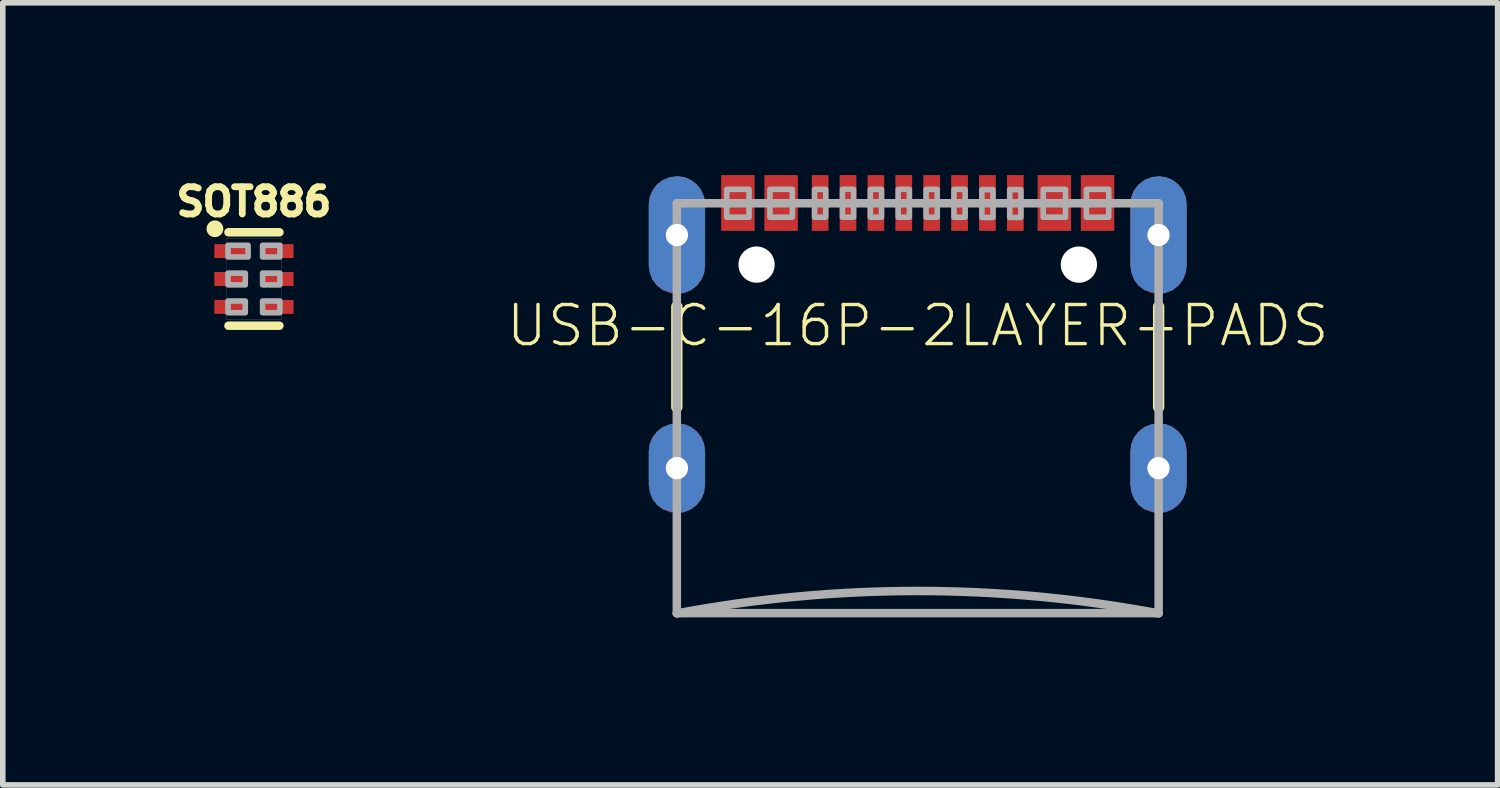
<source format=kicad_pcb>
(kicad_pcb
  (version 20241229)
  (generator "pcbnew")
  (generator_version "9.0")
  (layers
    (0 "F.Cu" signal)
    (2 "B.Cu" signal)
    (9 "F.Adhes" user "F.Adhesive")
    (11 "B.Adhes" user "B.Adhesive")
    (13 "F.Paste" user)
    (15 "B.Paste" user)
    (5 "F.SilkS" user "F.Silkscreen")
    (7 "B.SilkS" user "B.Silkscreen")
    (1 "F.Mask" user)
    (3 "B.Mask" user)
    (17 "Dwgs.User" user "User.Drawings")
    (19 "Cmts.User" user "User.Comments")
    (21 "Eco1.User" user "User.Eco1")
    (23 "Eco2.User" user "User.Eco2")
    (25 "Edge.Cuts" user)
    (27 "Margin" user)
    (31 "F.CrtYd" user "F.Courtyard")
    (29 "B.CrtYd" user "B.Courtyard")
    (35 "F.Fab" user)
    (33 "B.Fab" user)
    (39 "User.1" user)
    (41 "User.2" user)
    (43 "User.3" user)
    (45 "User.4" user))
  (footprint "USB-C-16P-2LAYER-PADS"
    (layer "F.Cu")
    (at 13.407 0.25)
    (property "Reference" "USB-C-16P-2LAYER-PADS" (at 0 2.54 0) (layer "F.SilkS") (effects (font (size 0.701 0.701) (thickness 0.061))))
    (fp_poly (pts (xy -4.187 -0.123) (xy -4.065 -0.072) (xy -3.961 0.008) (xy -3.881 0.112) (xy -3.83 0.234) (xy -3.813 0.365) (xy -3.813 1.465) (xy -3.83 1.596) (xy -3.881 1.718) (xy -3.961 1.822) (xy -4.065 1.902) (xy -4.187 1.953) (xy -4.318 1.97) (xy -4.449 1.953) (xy -4.571 1.902) (xy -4.675 1.822) (xy -4.756 1.717) (xy -4.823 1.466) (xy -4.823 0.365) (xy -4.806 0.234) (xy -4.755 0.112) (xy -4.675 0.008) (xy -4.57 -0.073) (xy -4.318 -0.14)) (stroke (width 0) (type solid)) (fill yes) (layer "F.Cu"))
    (fp_poly (pts (xy -4.187 4.307) (xy -4.065 4.358) (xy -3.961 4.438) (xy -3.881 4.542) (xy -3.83 4.664) (xy -3.813 4.795) (xy -3.813 5.395) (xy -3.83 5.526) (xy -3.881 5.648) (xy -3.961 5.752) (xy -4.065 5.832) (xy -4.187 5.883) (xy -4.318 5.9) (xy -4.449 5.883) (xy -4.571 5.832) (xy -4.675 5.752) (xy -4.756 5.647) (xy -4.823 5.396) (xy -4.823 4.795) (xy -4.806 4.664) (xy -4.755 4.542) (xy -4.675 4.438) (xy -4.57 4.357) (xy -4.318 4.29)) (stroke (width 0) (type solid)) (fill yes) (layer "F.Cu"))
    (fp_poly (pts (xy 4.449 -0.123) (xy 4.571 -0.072) (xy 4.675 0.008) (xy 4.755 0.112) (xy 4.806 0.234) (xy 4.823 0.365) (xy 4.823 1.465) (xy 4.806 1.596) (xy 4.755 1.718) (xy 4.675 1.822) (xy 4.571 1.902) (xy 4.449 1.953) (xy 4.318 1.97) (xy 4.187 1.953) (xy 4.065 1.902) (xy 3.961 1.822) (xy 3.88 1.717) (xy 3.813 1.466) (xy 3.813 0.365) (xy 3.83 0.234) (xy 3.881 0.112) (xy 3.961 0.008) (xy 4.066 -0.073) (xy 4.318 -0.14)) (stroke (width 0) (type solid)) (fill yes) (layer "F.Cu"))
    (fp_poly (pts (xy 4.449 4.307) (xy 4.571 4.358) (xy 4.675 4.438) (xy 4.755 4.542) (xy 4.806 4.664) (xy 4.823 4.795) (xy 4.823 5.395) (xy 4.806 5.526) (xy 4.755 5.648) (xy 4.675 5.752) (xy 4.571 5.832) (xy 4.449 5.883) (xy 4.318 5.9) (xy 4.187 5.883) (xy 4.065 5.832) (xy 3.961 5.752) (xy 3.88 5.647) (xy 3.813 5.396) (xy 3.813 4.795) (xy 3.83 4.664) (xy 3.881 4.542) (xy 3.961 4.438) (xy 4.066 4.357) (xy 4.318 4.29)) (stroke (width 0) (type solid)) (fill yes) (layer "F.Cu"))
    (fp_poly (pts (xy -4.169 -0.226) (xy -4.026 -0.173) (xy -3.902 -0.085) (xy -3.804 0.032) (xy -3.741 0.17) (xy -3.715 0.32) (xy -3.715 1.52) (xy -3.742 1.669) (xy -3.806 1.805) (xy -3.904 1.92) (xy -4.028 2.007) (xy -4.17 2.058) (xy -4.32 2.07) (xy -4.47 2.058) (xy -4.612 2.007) (xy -4.736 1.92) (xy -4.834 1.805) (xy -4.925 1.521) (xy -4.925 0.32) (xy -4.899 0.17) (xy -4.836 0.032) (xy -4.738 -0.085) (xy -4.614 -0.174) (xy -4.32 -0.24)) (stroke (width 0) (type solid)) (fill yes) (layer "F.Mask"))
    (fp_poly (pts (xy -4.163 4.211) (xy -4.017 4.273) (xy -3.891 4.37) (xy -3.795 4.496) (xy -3.735 4.643) (xy -3.715 4.8) (xy -3.715 5.4) (xy -3.736 5.556) (xy -3.797 5.701) (xy -3.893 5.825) (xy -4.018 5.921) (xy -4.164 5.98) (xy -4.32 6) (xy -4.476 5.98) (xy -4.622 5.921) (xy -4.747 5.825) (xy -4.843 5.701) (xy -4.925 5.401) (xy -4.925 4.8) (xy -4.905 4.643) (xy -4.845 4.496) (xy -4.749 4.37) (xy -4.623 4.272) (xy -4.32 4.19)) (stroke (width 0) (type solid)) (fill yes) (layer "F.Mask"))
    (fp_poly (pts (xy 4.471 -0.226) (xy 4.614 -0.173) (xy 4.738 -0.085) (xy 4.836 0.032) (xy 4.899 0.17) (xy 4.925 0.32) (xy 4.925 1.52) (xy 4.898 1.669) (xy 4.834 1.805) (xy 4.736 1.92) (xy 4.612 2.007) (xy 4.47 2.058) (xy 4.32 2.07) (xy 4.17 2.058) (xy 4.028 2.007) (xy 3.904 1.92) (xy 3.806 1.805) (xy 3.715 1.521) (xy 3.715 0.32) (xy 3.741 0.17) (xy 3.804 0.032) (xy 3.902 -0.085) (xy 4.026 -0.174) (xy 4.32 -0.24)) (stroke (width 0) (type solid)) (fill yes) (layer "F.Mask"))
    (fp_poly (pts (xy 4.477 4.211) (xy 4.623 4.273) (xy 4.749 4.37) (xy 4.845 4.496) (xy 4.905 4.643) (xy 4.925 4.8) (xy 4.925 5.4) (xy 4.904 5.556) (xy 4.843 5.701) (xy 4.747 5.825) (xy 4.622 5.921) (xy 4.476 5.98) (xy 4.32 6) (xy 4.164 5.98) (xy 4.018 5.921) (xy 3.893 5.825) (xy 3.797 5.701) (xy 3.715 5.401) (xy 3.715 4.8) (xy 3.735 4.643) (xy 3.795 4.496) (xy 3.891 4.37) (xy 4.017 4.272) (xy 4.32 4.19)) (stroke (width 0) (type solid)) (fill yes) (layer "F.Mask"))
    (fp_poly (pts (xy -4.187 -0.123) (xy -4.065 -0.072) (xy -3.961 0.008) (xy -3.881 0.112) (xy -3.83 0.234) (xy -3.813 0.365) (xy -3.813 1.465) (xy -3.83 1.596) (xy -3.881 1.718) (xy -3.961 1.822) (xy -4.065 1.902) (xy -4.187 1.953) (xy -4.318 1.97) (xy -4.57 1.903) (xy -4.675 1.822) (xy -4.755 1.718) (xy -4.806 1.596) (xy -4.823 1.465) (xy -4.823 0.365) (xy -4.806 0.234) (xy -4.755 0.112) (xy -4.675 0.008) (xy -4.571 -0.072) (xy -4.449 -0.123) (xy -4.318 -0.14)) (stroke (width 0) (type solid)) (fill yes) (layer "B.Cu"))
    (fp_poly (pts (xy -4.187 4.307) (xy -4.065 4.358) (xy -3.961 4.438) (xy -3.881 4.542) (xy -3.83 4.664) (xy -3.813 4.795) (xy -3.813 5.395) (xy -3.83 5.526) (xy -3.881 5.648) (xy -3.961 5.752) (xy -4.065 5.832) (xy -4.187 5.883) (xy -4.318 5.9) (xy -4.57 5.833) (xy -4.675 5.752) (xy -4.755 5.648) (xy -4.806 5.526) (xy -4.823 5.395) (xy -4.823 4.795) (xy -4.806 4.664) (xy -4.755 4.542) (xy -4.675 4.438) (xy -4.571 4.358) (xy -4.449 4.307) (xy -4.318 4.29)) (stroke (width 0) (type solid)) (fill yes) (layer "B.Cu"))
    (fp_poly (pts (xy 4.449 -0.123) (xy 4.571 -0.072) (xy 4.675 0.008) (xy 4.755 0.112) (xy 4.806 0.234) (xy 4.823 0.365) (xy 4.823 1.465) (xy 4.806 1.596) (xy 4.755 1.718) (xy 4.675 1.822) (xy 4.571 1.902) (xy 4.449 1.953) (xy 4.318 1.97) (xy 4.066 1.903) (xy 3.961 1.822) (xy 3.881 1.718) (xy 3.83 1.596) (xy 3.813 1.465) (xy 3.813 0.365) (xy 3.83 0.234) (xy 3.881 0.112) (xy 3.961 0.008) (xy 4.065 -0.072) (xy 4.187 -0.123) (xy 4.318 -0.14)) (stroke (width 0) (type solid)) (fill yes) (layer "B.Cu"))
    (fp_poly (pts (xy 4.449 4.307) (xy 4.571 4.358) (xy 4.675 4.438) (xy 4.755 4.542) (xy 4.806 4.664) (xy 4.823 4.795) (xy 4.823 5.395) (xy 4.806 5.526) (xy 4.755 5.648) (xy 4.675 5.752) (xy 4.571 5.832) (xy 4.449 5.883) (xy 4.318 5.9) (xy 4.066 5.833) (xy 3.961 5.752) (xy 3.881 5.648) (xy 3.83 5.526) (xy 3.813 5.395) (xy 3.813 4.795) (xy 3.83 4.664) (xy 3.881 4.542) (xy 3.961 4.438) (xy 4.065 4.358) (xy 4.187 4.307) (xy 4.318 4.29)) (stroke (width 0) (type solid)) (fill yes) (layer "B.Cu"))
    (fp_line (start -4.32 2.2) (end -4.32 4) (stroke (width 0.203) (type solid)) (layer "F.SilkS"))
    (fp_line (start 4.32 2.2) (end 4.32 4) (stroke (width 0.203) (type solid)) (layer "F.SilkS"))
    (fp_poly (pts (xy -4.219 -0.146) (xy -4.094 -0.103) (xy -3.984 -0.029) (xy -3.898 0.071) (xy -3.84 0.19) (xy -3.815 0.32) (xy -3.815 1.521) (xy -3.854 1.668) (xy -3.937 1.796) (xy -4.056 1.892) (xy -4.35 1.955) (xy -4.491 1.939) (xy -4.621 1.88) (xy -4.727 1.784) (xy -4.825 1.521) (xy -4.825 0.32) (xy -4.802 0.173) (xy -4.734 0.041) (xy -4.629 -0.065) (xy -4.351 -0.155)) (stroke (width 0) (type solid)) (fill yes) (layer "F.Paste"))
    (fp_poly (pts (xy -4.147 4.322) (xy -4.011 4.395) (xy -3.903 4.507) (xy -3.815 4.799) (xy -3.815 5.4) (xy -3.836 5.553) (xy -3.904 5.693) (xy -4.011 5.805) (xy -4.299 5.905) (xy -4.434 5.89) (xy -4.559 5.841) (xy -4.667 5.761) (xy -4.751 5.656) (xy -4.825 5.401) (xy -4.825 4.8) (xy -4.805 4.667) (xy -4.751 4.544) (xy -4.667 4.439) (xy -4.559 4.359) (xy -4.3 4.295)) (stroke (width 0) (type solid)) (fill yes) (layer "F.Paste"))
    (fp_poly (pts (xy 4.43 -0.145) (xy 4.553 -0.101) (xy 4.661 -0.026) (xy 4.745 0.073) (xy 4.801 0.191) (xy 4.825 0.32) (xy 4.825 1.521) (xy 4.787 1.667) (xy 4.707 1.794) (xy 4.59 1.89) (xy 4.3 1.955) (xy 4.164 1.949) (xy 4.035 1.902) (xy 3.927 1.816) (xy 3.815 1.571) (xy 3.815 0.37) (xy 3.827 0.239) (xy 3.873 0.115) (xy 3.949 0.007) (xy 4.05 -0.077) (xy 4.299 -0.155)) (stroke (width 0) (type solid)) (fill yes) (layer "F.Paste"))
    (fp_poly (pts (xy 4.434 4.31) (xy 4.559 4.359) (xy 4.667 4.439) (xy 4.751 4.544) (xy 4.805 4.667) (xy 4.825 4.8) (xy 4.825 5.4) (xy 4.806 5.552) (xy 4.74 5.691) (xy 4.635 5.803) (xy 4.351 5.905) (xy 4.221 5.899) (xy 4.097 5.859) (xy 3.989 5.789) (xy 3.901 5.692) (xy 3.815 5.451) (xy 3.815 4.85) (xy 3.824 4.715) (xy 3.867 4.586) (xy 3.942 4.472) (xy 4.045 4.382) (xy 4.299 4.295)) (stroke (width 0) (type solid)) (fill yes) (layer "F.Paste"))
    (fp_line (start -4.32 0.345) (end -4.32 1.965) (stroke (width 0.01) (type solid)) (layer "F.Fab"))
    (fp_line (start -4.32 0.345) (end 4.32 0.345) (stroke (width 0.152) (type solid)) (layer "F.Fab"))
    (fp_line (start -4.32 4.295) (end -4.32 5.895) (stroke (width 0.01) (type solid)) (layer "F.Fab"))
    (fp_line (start -4.32 7.695) (end -4.32 0.345) (stroke (width 0.152) (type solid)) (layer "F.Fab"))
    (fp_line (start -4.32 7.695) (end 4.32 7.695) (stroke (width 0.152) (type solid)) (layer "F.Fab"))
    (fp_line (start 4.32 0.345) (end 4.32 1.965) (stroke (width 0.01) (type solid)) (layer "F.Fab"))
    (fp_line (start 4.32 0.345) (end 4.32 7.695) (stroke (width 0.152) (type solid)) (layer "F.Fab"))
    (fp_line (start 4.32 4.295) (end 4.32 5.895) (stroke (width 0.01) (type solid)) (layer "F.Fab"))
    (fp_arc (start -4.32 7.7) (mid 0 7.297675) (end 4.32 7.7) (stroke (width 0.1524) (type solid)) (layer "F.Fab"))
    (fp_poly (pts (xy -3.425 0.595) (xy -3.025 0.595) (xy -3.025 0.095) (xy -3.425 0.095)) (stroke (width 0.1) (type solid)) (fill no) (layer "F.Fab"))
    (fp_poly (pts (xy -2.65 0.595) (xy -2.25 0.595) (xy -2.25 0.095) (xy -2.65 0.095)) (stroke (width 0.1) (type solid)) (fill no) (layer "F.Fab"))
    (fp_poly (pts (xy -1.85 0.595) (xy -1.65 0.595) (xy -1.65 0.095) (xy -1.85 0.095)) (stroke (width 0.1) (type solid)) (fill no) (layer "F.Fab"))
    (fp_poly (pts (xy -1.35 0.595) (xy -1.15 0.595) (xy -1.15 0.095) (xy -1.35 0.095)) (stroke (width 0.1) (type solid)) (fill no) (layer "F.Fab"))
    (fp_poly (pts (xy -0.85 0.595) (xy -0.65 0.595) (xy -0.65 0.095) (xy -0.85 0.095)) (stroke (width 0.1) (type solid)) (fill no) (layer "F.Fab"))
    (fp_poly (pts (xy -0.35 0.595) (xy -0.15 0.595) (xy -0.15 0.095) (xy -0.35 0.095)) (stroke (width 0.1) (type solid)) (fill no) (layer "F.Fab"))
    (fp_poly (pts (xy 0.15 0.595) (xy 0.35 0.595) (xy 0.35 0.095) (xy 0.15 0.095)) (stroke (width 0.1) (type solid)) (fill no) (layer "F.Fab"))
    (fp_poly (pts (xy 0.65 0.595) (xy 0.85 0.595) (xy 0.85 0.095) (xy 0.65 0.095)) (stroke (width 0.1) (type solid)) (fill no) (layer "F.Fab"))
    (fp_poly (pts (xy 1.15 0.6) (xy 1.35 0.6) (xy 1.35 0.1) (xy 1.15 0.1)) (stroke (width 0.1) (type solid)) (fill no) (layer "F.Fab"))
    (fp_poly (pts (xy 1.65 0.6) (xy 1.85 0.6) (xy 1.85 0.1) (xy 1.65 0.1)) (stroke (width 0.1) (type solid)) (fill no) (layer "F.Fab"))
    (fp_poly (pts (xy 2.25 0.595) (xy 2.65 0.595) (xy 2.65 0.095) (xy 2.25 0.095)) (stroke (width 0.1) (type solid)) (fill no) (layer "F.Fab"))
    (fp_poly (pts (xy 3.025 0.595) (xy 3.425 0.595) (xy 3.425 0.095) (xy 3.025 0.095)) (stroke (width 0.1) (type solid)) (fill no) (layer "F.Fab"))
    (pad "" np_thru_hole circle (at -2.89 1.445) (size 0.65 0.65) (drill 0.65) (layers "*.Cu" "*.Mask"))
    (pad "" np_thru_hole circle (at 2.89 1.445) (size 0.65 0.65) (drill 0.65) (layers "*.Cu" "*.Mask"))
    (pad "A5" smd rect (at -1.25 0.34 180) (size 0.3 1) (layers "F.Cu" "F.Mask" "F.Paste"))
    (pad "A6" smd rect (at -0.25 0.34 180) (size 0.3 1) (layers "F.Cu" "F.Mask" "F.Paste"))
    (pad "A7" smd rect (at 0.25 0.34) (size 0.3 1) (layers "F.Cu" "F.Mask" "F.Paste"))
    (pad "A8" smd rect (at 1.25 0.34) (size 0.3 1) (layers "F.Cu" "F.Mask" "F.Paste"))
    (pad "B5" smd rect (at 1.75 0.34) (size 0.3 1) (layers "F.Cu" "F.Mask" "F.Paste"))
    (pad "B6" smd rect (at 0.75 0.34) (size 0.3 1) (layers "F.Cu" "F.Mask" "F.Paste"))
    (pad "B7" smd rect (at -0.75 0.34 180) (size 0.3 1) (layers "F.Cu" "F.Mask" "F.Paste"))
    (pad "B8" smd rect (at -1.75 0.34 180) (size 0.3 1) (layers "F.Cu" "F.Mask" "F.Paste"))
    (pad "GND" smd rect (at -3.225 0.34 180) (size 0.6 1) (layers "F.Cu" "F.Mask" "F.Paste"))
    (pad "GND2" smd rect (at 3.225 0.34) (size 0.6 1) (layers "F.Cu" "F.Mask" "F.Paste"))
    (pad "SHLD1" thru_hole oval (at -4.318 0.915 90) (size 1.2 0.6) (drill 0.4) (layers "*.Cu"))
    (pad "SHLD2" thru_hole oval (at 4.318 0.915 90) (size 1.2 0.6) (drill 0.4) (layers "*.Cu"))
    (pad "SHLD3" thru_hole oval (at -4.318 5.095 90) (size 1.2 0.6) (drill 0.4) (layers "*.Cu"))
    (pad "SHLD4" thru_hole oval (at 4.318 5.095 90) (size 1.2 0.6) (drill 0.4) (layers "*.Cu"))
    (pad "VBUS1" smd rect (at -2.45 0.34 180) (size 0.6 1) (layers "F.Cu" "F.Mask" "F.Paste"))
    (pad "VBUS2" smd rect (at 2.45 0.34) (size 0.6 1) (layers "F.Cu" "F.Mask" "F.Paste")))
  (footprint "SOT886"
    (layer "F.Cu")
    (at 1.504 1.953)
    (property "Reference" "SOT886" (at 0 -1.1 0) (layer "F.SilkS") (effects (font (size 0.488 0.488) (thickness 0.122)) (justify bottom)))
    (fp_line (start -0.457 -0.838) (end 0.457 -0.838) (stroke (width 0.152) (type solid)) (layer "F.SilkS"))
    (fp_line (start -0.457 0.838) (end 0.457 0.838) (stroke (width 0.152) (type solid)) (layer "F.SilkS"))
    (fp_circle (center -0.7 -0.9) (end -0.625 -0.9) (stroke (width 0.15) (type solid)) (fill yes) (layer "F.SilkS"))
    (fp_line (start -0.5 -0.725) (end 0.5 -0.725) (stroke (width 0.003) (type solid)) (layer "F.Fab"))
    (fp_line (start -0.5 0.725) (end -0.5 -0.725) (stroke (width 0.003) (type solid)) (layer "F.Fab"))
    (fp_line (start 0.5 -0.725) (end 0.5 0.725) (stroke (width 0.003) (type solid)) (layer "F.Fab"))
    (fp_line (start 0.5 0.725) (end -0.5 0.725) (stroke (width 0.003) (type solid)) (layer "F.Fab"))
    (fp_poly (pts (xy -0.465 -0.395) (xy -0.105 -0.395) (xy -0.105 -0.605) (xy -0.465 -0.605)) (stroke (width 0.1) (type solid)) (fill no) (layer "F.Fab"))
    (fp_poly (pts (xy -0.465 0.105) (xy -0.155 0.105) (xy -0.155 -0.105) (xy -0.465 -0.105)) (stroke (width 0.1) (type solid)) (fill no) (layer "F.Fab"))
    (fp_poly (pts (xy -0.465 0.605) (xy -0.155 0.605) (xy -0.155 0.395) (xy -0.465 0.395)) (stroke (width 0.1) (type solid)) (fill no) (layer "F.Fab"))
    (fp_poly (pts (xy 0.465 -0.605) (xy 0.155 -0.605) (xy 0.155 -0.395) (xy 0.465 -0.395)) (stroke (width 0.1) (type solid)) (fill no) (layer "F.Fab"))
    (fp_poly (pts (xy 0.465 -0.105) (xy 0.155 -0.105) (xy 0.155 0.105) (xy 0.465 0.105)) (stroke (width 0.1) (type solid)) (fill no) (layer "F.Fab"))
    (fp_poly (pts (xy 0.465 0.395) (xy 0.155 0.395) (xy 0.155 0.605) (xy 0.465 0.605)) (stroke (width 0.1) (type solid)) (fill no) (layer "F.Fab"))
    (pad "1" smd rect (at -0.405 -0.5) (size 0.61 0.25) (layers "F.Cu" "F.Mask" "F.Paste"))
    (pad "2" smd rect (at -0.43 0) (size 0.56 0.25) (layers "F.Cu" "F.Mask" "F.Paste"))
    (pad "3" smd rect (at -0.43 0.5) (size 0.56 0.25) (layers "F.Cu" "F.Mask" "F.Paste"))
    (pad "4" smd rect (at 0.43 0.5 180) (size 0.56 0.25) (layers "F.Cu" "F.Mask" "F.Paste"))
    (pad "5" smd rect (at 0.43 0 180) (size 0.56 0.25) (layers "F.Cu" "F.Mask" "F.Paste"))
    (pad "6" smd rect (at 0.43 -0.5 180) (size 0.56 0.25) (layers "F.Cu" "F.Mask" "F.Paste")))
  (gr_rect
    (start -3 -3)
    (end 23.806 11.026)
    (stroke (width 0.1) (type default))
    (fill no)
    (layer "Edge.Cuts")))
</source>
